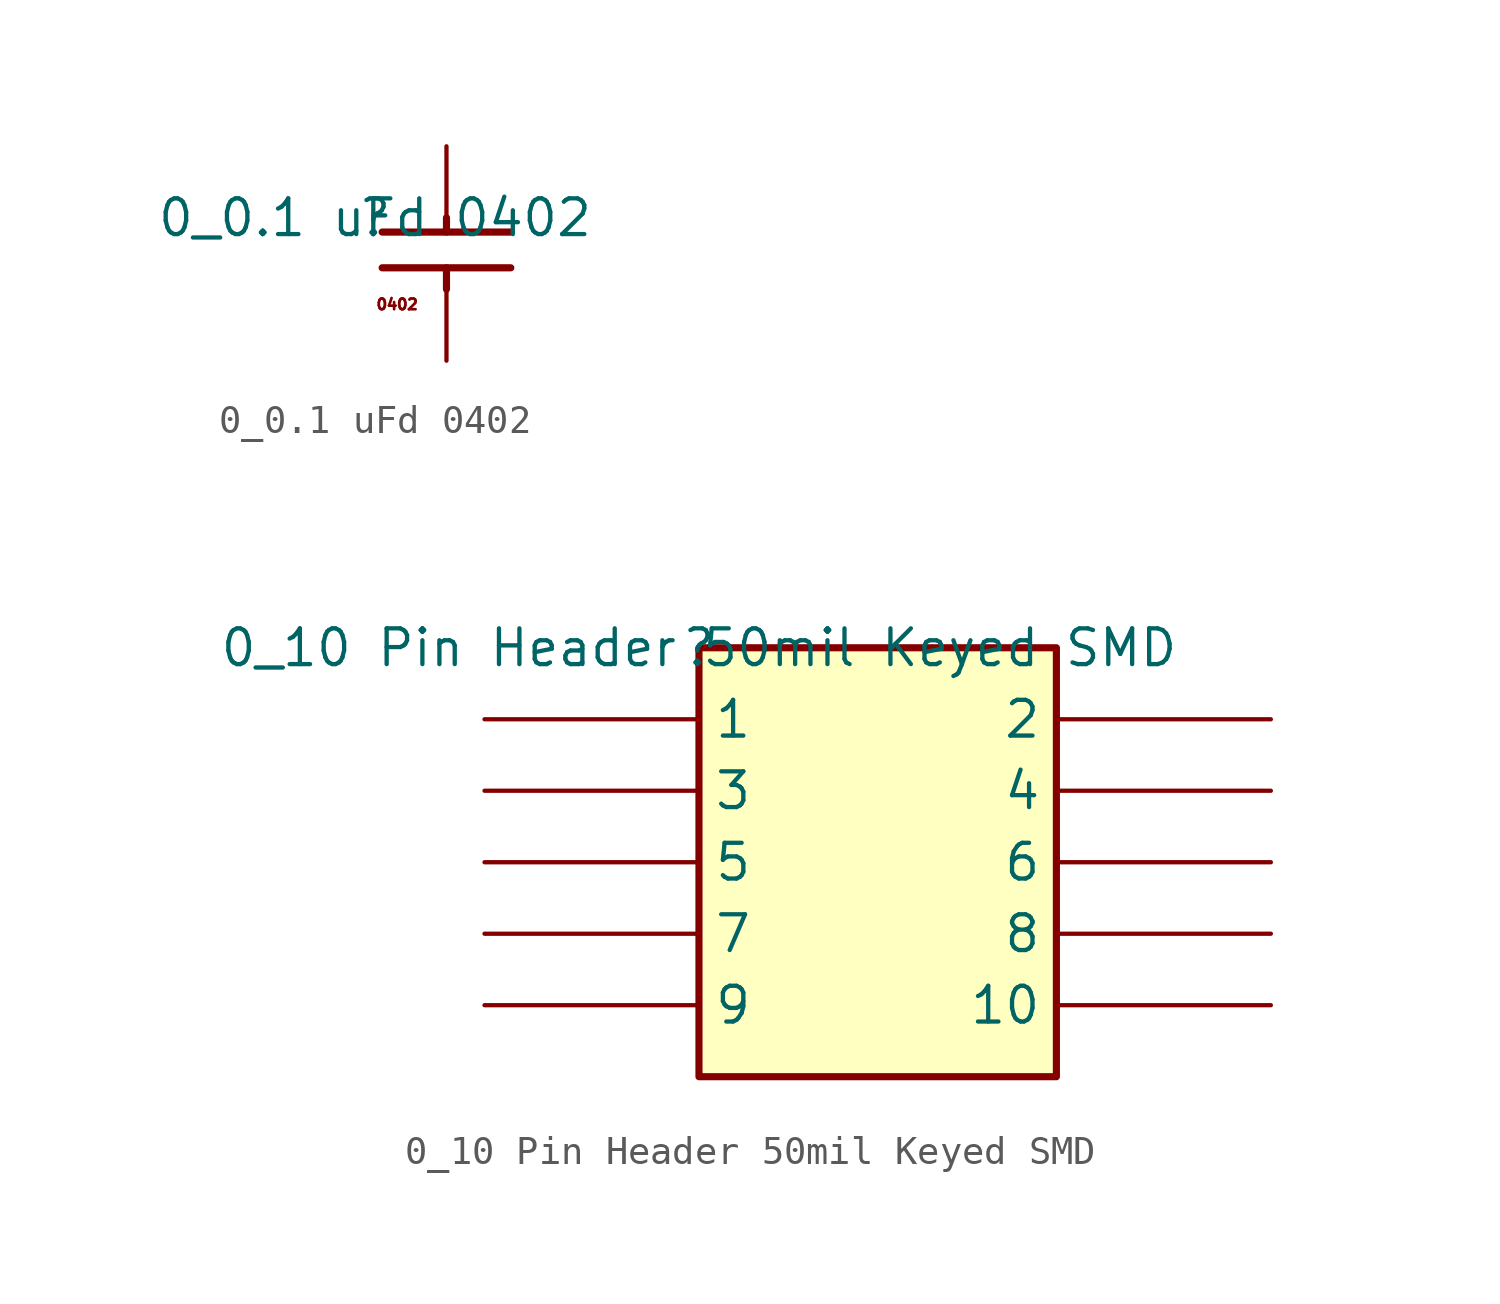
<source format=kicad_sym>
(kicad_symbol_lib
  (version 20211014)
  (generator kicad_symbol_editor)
  (symbol "0_0.1 uFd 0402"
    (property "Reference" ""
      (at 0 0 0)
      (effects (font (size 1.27 1.27))))
    (property "Value" "0_0.1 uFd 0402"
      (at 0 0 0)
      (effects (font (size 1.27 1.27))))
    (symbol "0_0.1 uFd 0402_1_0"
      (polyline (pts (xy 0.254 -1.778) (xy 4.826 -1.778)) (stroke (width 0.254) (type default) (color 0 0 0 0)) (fill (type none)))
      (polyline (pts (xy 0.254 -0.508) (xy 4.826 -0.508)) (stroke (width 0.254) (type default) (color 0 0 0 0)) (fill (type none)))
      (polyline (pts (xy 2.54 -2.54) (xy 2.54 -1.778)) (stroke (width 0.254) (type default) (color 0 0 0 0)) (fill (type none)))
      (polyline (pts (xy 2.54 0) (xy 2.54 -0.508)) (stroke (width 0.254) (type default) (color 0 0 0 0)) (fill (type none)))
      (text "0402" (at 0 -3.302 0) (effects (font (size 0.381 0.381)) (justify left bottom)))
      (pin passive line (at 2.54 2.54 270) (length 2.54) (name "1" (effects (font (size 0 0)))) (number "1" (effects (font (size 0 0)))))
      (pin passive line (at 2.54 -5.08 90) (length 2.54) (name "2" (effects (font (size 0 0)))) (number "2" (effects (font (size 0 0)))))))
  (symbol "0_10 Pin Header 50mil Keyed SMD"
    (property "Reference" ""
      (at 0 0 0)
      (effects (font (size 1.27 1.27))))
    (property "Value" "0_10 Pin Header 50mil Keyed SMD"
      (at 0 0 0)
      (effects (font (size 1.27 1.27))))
    (symbol "0_10 Pin Header 50mil Keyed SMD_1_0"
      (rectangle (start 12.7 0) (end 0 -15.24) (stroke (width 0.254) (type default) (color 0 0 0 0)) (fill (type background)))
      (pin passive line (at -7.62 -2.54 0) (length 7.62) (name "1" (effects (font (size 1.27 1.27)))) (number "1" (effects (font (size 0 0)))))
      (pin passive line (at 20.32 -12.7 180) (length 7.62) (name "10" (effects (font (size 1.27 1.27)))) (number "10" (effects (font (size 0 0)))))
      (pin passive line (at 20.32 -2.54 180) (length 7.62) (name "2" (effects (font (size 1.27 1.27)))) (number "2" (effects (font (size 0 0)))))
      (pin passive line (at -7.62 -5.08 0) (length 7.62) (name "3" (effects (font (size 1.27 1.27)))) (number "3" (effects (font (size 0 0)))))
      (pin passive line (at 20.32 -5.08 180) (length 7.62) (name "4" (effects (font (size 1.27 1.27)))) (number "4" (effects (font (size 0 0)))))
      (pin passive line (at -7.62 -7.62 0) (length 7.62) (name "5" (effects (font (size 1.27 1.27)))) (number "5" (effects (font (size 0 0)))))
      (pin passive line (at 20.32 -7.62 180) (length 7.62) (name "6" (effects (font (size 1.27 1.27)))) (number "6" (effects (font (size 0 0)))))
      (pin passive line (at -7.62 -10.16 0) (length 7.62) (name "7" (effects (font (size 1.27 1.27)))) (number "7" (effects (font (size 0 0)))))
      (pin passive line (at 20.32 -10.16 180) (length 7.62) (name "8" (effects (font (size 1.27 1.27)))) (number "8" (effects (font (size 0 0)))))
      (pin passive line (at -7.62 -12.7 0) (length 7.62) (name "9" (effects (font (size 1.27 1.27)))) (number "9" (effects (font (size 0 0))))))))
</source>
